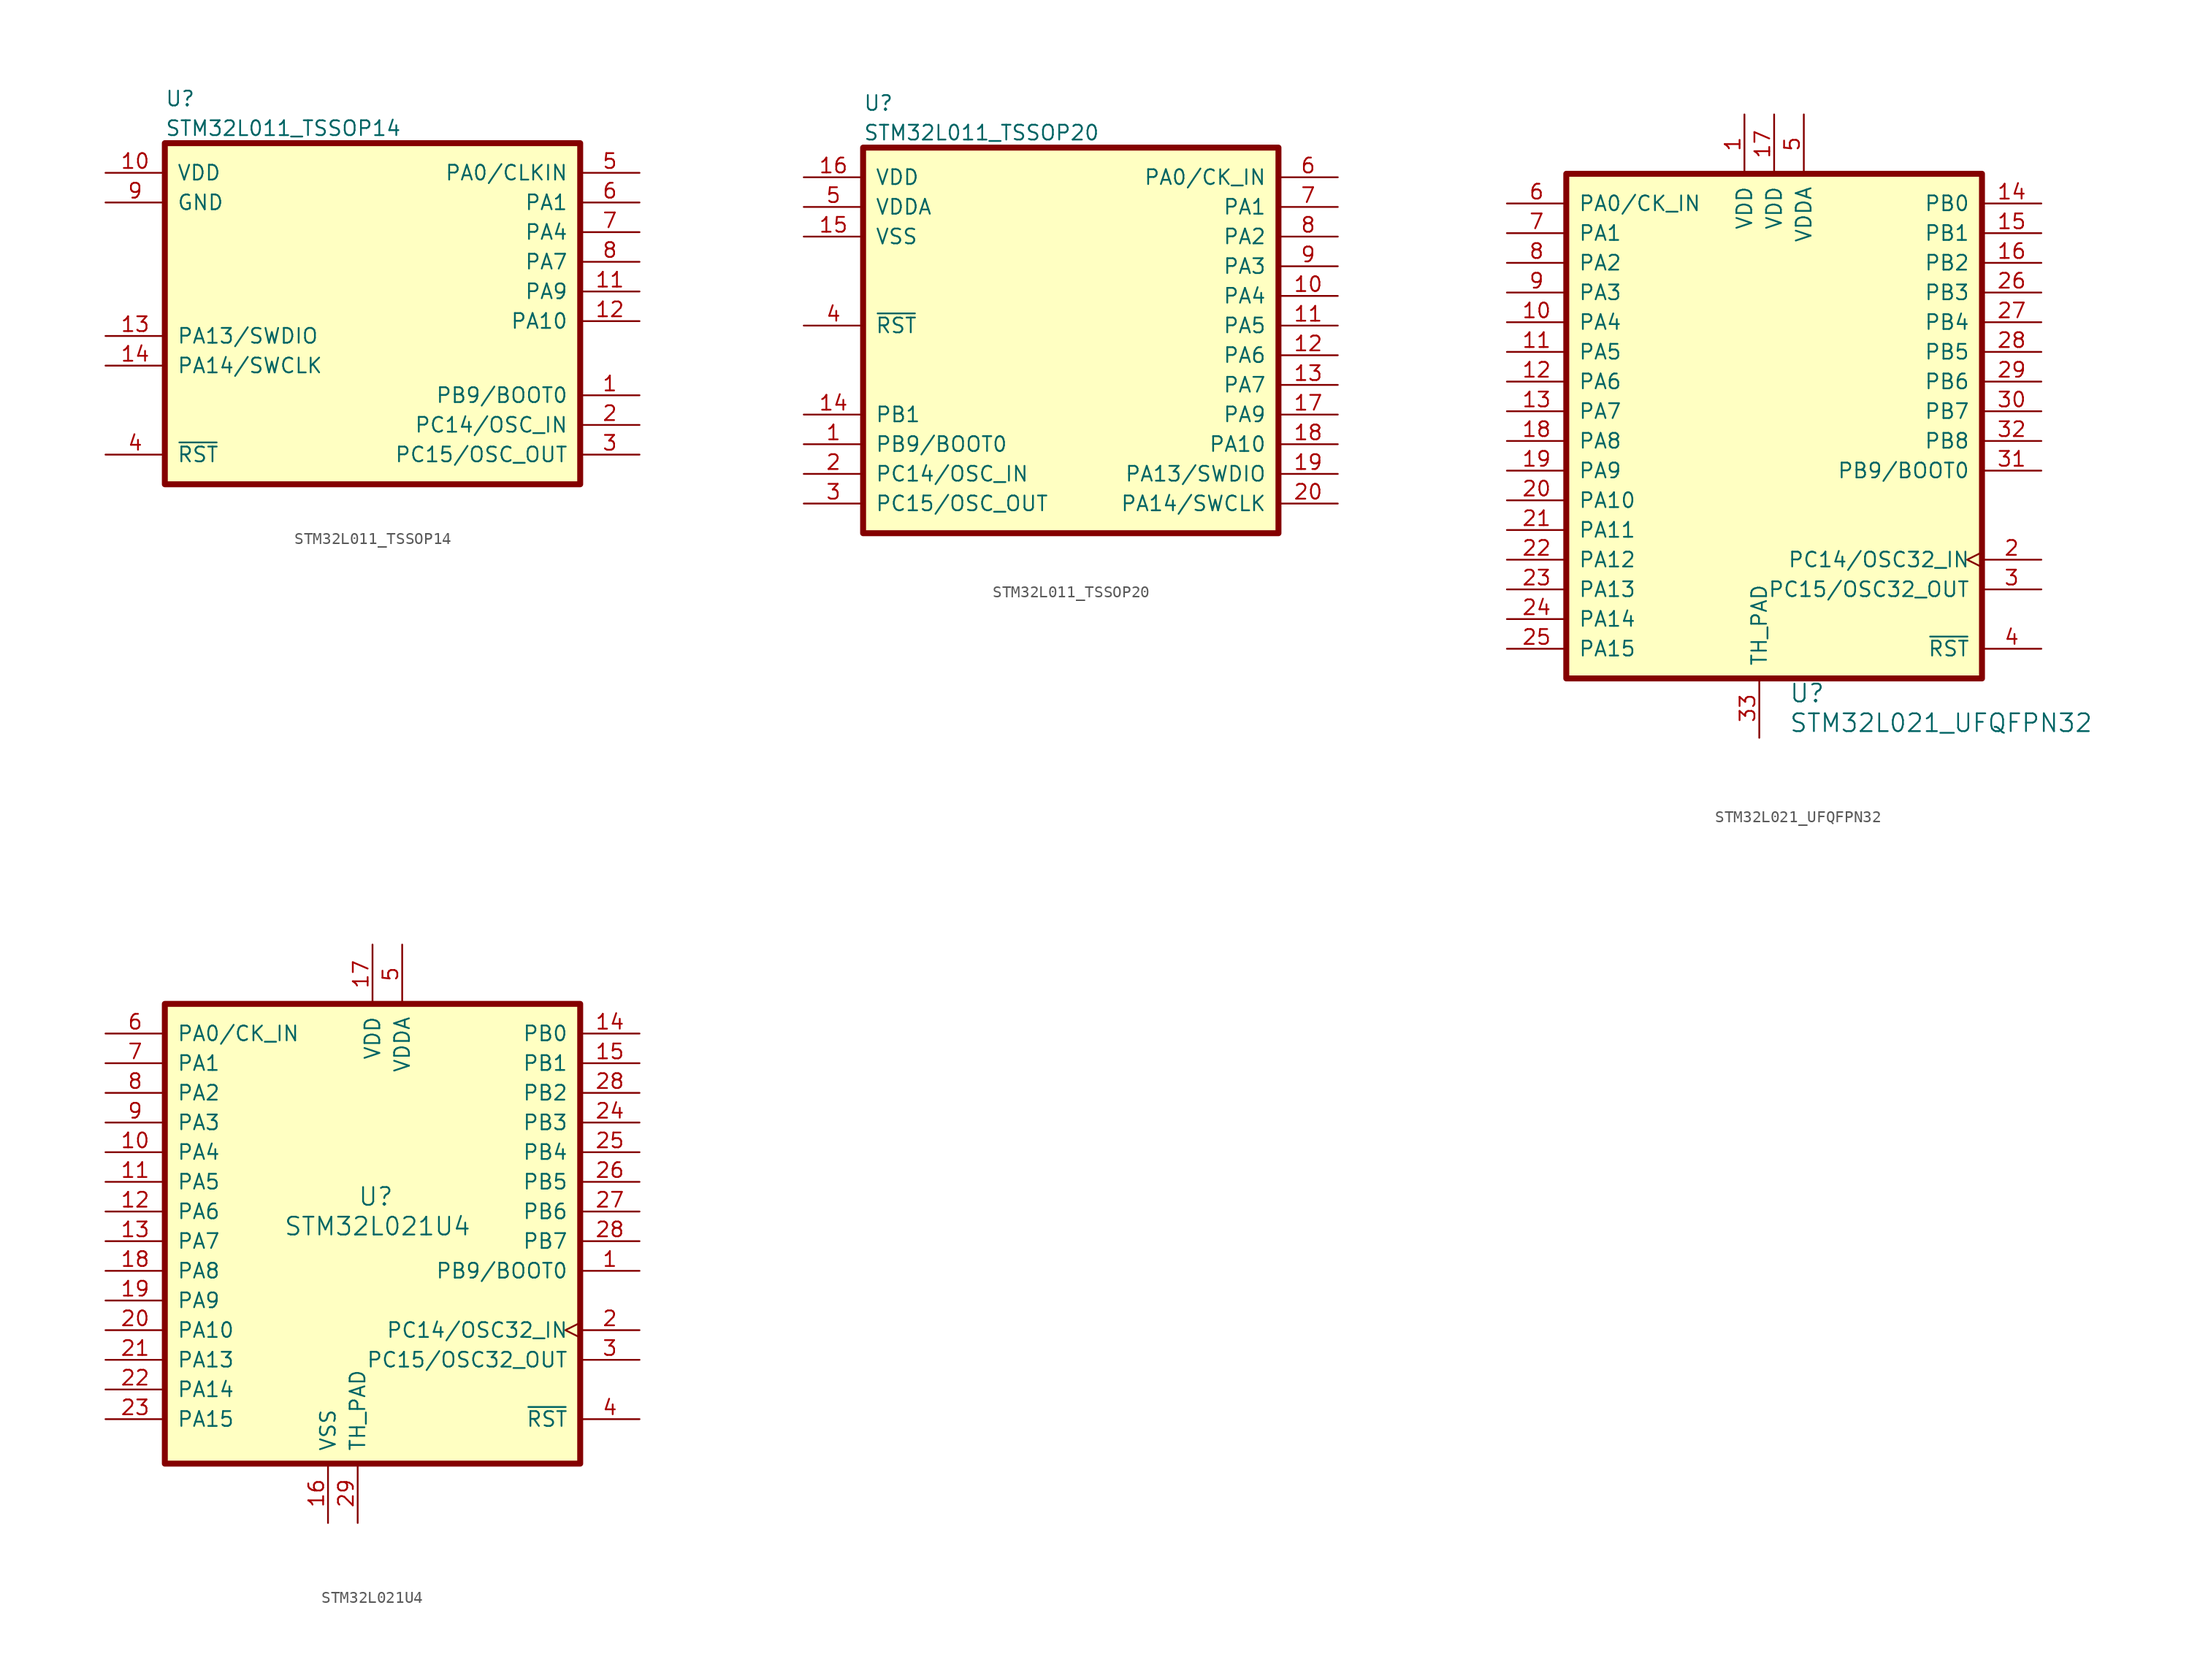
<source format=kicad_sym>
(kicad_symbol_lib
  (version 20220126)
  (generator kicad_symbol_editor)
  (symbol "STM32L011_TSSOP14"
    (pin_names
      (offset 1.016))
    (property "Reference" "U"
      (at -19.05 17.78 0)
      (effects (font (size 1.27 1.27)) (justify left)))
    (property "Value" "STM32L011_TSSOP14"
      (at -19.05 15.24 0)
      (effects (font (size 1.27 1.27)) (justify left)))
    (symbol "STM32L011_TSSOP14_0_1"
      (rectangle (start -19.05 13.97) (end 16.51 -15.24) (stroke (width 0.508) (type default)) (fill (type background)))
      (pin bidirectional line (at 21.59 -7.62 180) (length 5.08) (name "PB9/BOOT0" (effects (font (size 1.27 1.27)))) (number "1" (effects (font (size 1.27 1.27)))))
      (pin power_in line (at -24.13 11.43 0) (length 5.08) (name "VDD" (effects (font (size 1.27 1.27)))) (number "10" (effects (font (size 1.27 1.27)))))
      (pin bidirectional line (at 21.59 1.27 180) (length 5.08) (name "PA9" (effects (font (size 1.27 1.27)))) (number "11" (effects (font (size 1.27 1.27)))))
      (pin bidirectional line (at 21.59 -1.27 180) (length 5.08) (name "PA10" (effects (font (size 1.27 1.27)))) (number "12" (effects (font (size 1.27 1.27)))))
      (pin bidirectional line (at -24.13 -2.54 0) (length 5.08) (name "PA13/SWDIO" (effects (font (size 1.27 1.27)))) (number "13" (effects (font (size 1.27 1.27)))))
      (pin bidirectional line (at -24.13 -5.08 0) (length 5.08) (name "PA14/SWCLK" (effects (font (size 1.27 1.27)))) (number "14" (effects (font (size 1.27 1.27)))))
      (pin bidirectional line (at 21.59 -10.16 180) (length 5.08) (name "PC14/OSC_IN" (effects (font (size 1.27 1.27)))) (number "2" (effects (font (size 1.27 1.27)))))
      (pin bidirectional line (at 21.59 -12.7 180) (length 5.08) (name "PC15/OSC_OUT" (effects (font (size 1.27 1.27)))) (number "3" (effects (font (size 1.27 1.27)))))
      (pin input line (at -24.13 -12.7 0) (length 5.08) (name "~{RST}" (effects (font (size 1.27 1.27)))) (number "4" (effects (font (size 1.27 1.27)))))
      (pin bidirectional line (at 21.59 11.43 180) (length 5.08) (name "PA0/CLKIN" (effects (font (size 1.27 1.27)))) (number "5" (effects (font (size 1.27 1.27)))))
      (pin bidirectional line (at 21.59 8.89 180) (length 5.08) (name "PA1" (effects (font (size 1.27 1.27)))) (number "6" (effects (font (size 1.27 1.27)))))
      (pin bidirectional line (at 21.59 6.35 180) (length 5.08) (name "PA4" (effects (font (size 1.27 1.27)))) (number "7" (effects (font (size 1.27 1.27)))))
      (pin bidirectional line (at 21.59 3.81 180) (length 5.08) (name "PA7" (effects (font (size 1.27 1.27)))) (number "8" (effects (font (size 1.27 1.27)))))
      (pin power_in line (at -24.13 8.89 0) (length 5.08) (name "GND" (effects (font (size 1.27 1.27)))) (number "9" (effects (font (size 1.27 1.27)))))))
  (symbol "STM32L011_TSSOP20"
    (pin_names
      (offset 1.016))
    (property "Reference" "U"
      (at -19.05 17.78 0)
      (effects (font (size 1.27 1.27)) (justify left)))
    (property "Value" "STM32L011_TSSOP20"
      (at -19.05 15.24 0)
      (effects (font (size 1.27 1.27)) (justify left)))
    (symbol "STM32L011_TSSOP20_0_1"
      (rectangle (start -19.05 13.97) (end 16.51 -19.05) (stroke (width 0.508) (type default)) (fill (type background)))
      (pin bidirectional line (at -24.13 -11.43 0) (length 5.08) (name "PB9/BOOT0" (effects (font (size 1.27 1.27)))) (number "1" (effects (font (size 1.27 1.27)))))
      (pin bidirectional line (at 21.59 1.27 180) (length 5.08) (name "PA4" (effects (font (size 1.27 1.27)))) (number "10" (effects (font (size 1.27 1.27)))))
      (pin bidirectional line (at 21.59 -1.27 180) (length 5.08) (name "PA5" (effects (font (size 1.27 1.27)))) (number "11" (effects (font (size 1.27 1.27)))))
      (pin bidirectional line (at 21.59 -3.81 180) (length 5.08) (name "PA6" (effects (font (size 1.27 1.27)))) (number "12" (effects (font (size 1.27 1.27)))))
      (pin bidirectional line (at 21.59 -6.35 180) (length 5.08) (name "PA7" (effects (font (size 1.27 1.27)))) (number "13" (effects (font (size 1.27 1.27)))))
      (pin bidirectional line (at -24.13 -8.89 0) (length 5.08) (name "PB1" (effects (font (size 1.27 1.27)))) (number "14" (effects (font (size 1.27 1.27)))))
      (pin power_in line (at -24.13 6.35 0) (length 5.08) (name "VSS" (effects (font (size 1.27 1.27)))) (number "15" (effects (font (size 1.27 1.27)))))
      (pin power_in line (at -24.13 11.43 0) (length 5.08) (name "VDD" (effects (font (size 1.27 1.27)))) (number "16" (effects (font (size 1.27 1.27)))))
      (pin bidirectional line (at 21.59 -8.89 180) (length 5.08) (name "PA9" (effects (font (size 1.27 1.27)))) (number "17" (effects (font (size 1.27 1.27)))))
      (pin bidirectional line (at 21.59 -11.43 180) (length 5.08) (name "PA10" (effects (font (size 1.27 1.27)))) (number "18" (effects (font (size 1.27 1.27)))))
      (pin bidirectional line (at 21.59 -13.97 180) (length 5.08) (name "PA13/SWDIO" (effects (font (size 1.27 1.27)))) (number "19" (effects (font (size 1.27 1.27)))))
      (pin bidirectional line (at -24.13 -13.97 0) (length 5.08) (name "PC14/OSC_IN" (effects (font (size 1.27 1.27)))) (number "2" (effects (font (size 1.27 1.27)))))
      (pin bidirectional line (at 21.59 -16.51 180) (length 5.08) (name "PA14/SWCLK" (effects (font (size 1.27 1.27)))) (number "20" (effects (font (size 1.27 1.27)))))
      (pin bidirectional line (at -24.13 -16.51 0) (length 5.08) (name "PC15/OSC_OUT" (effects (font (size 1.27 1.27)))) (number "3" (effects (font (size 1.27 1.27)))))
      (pin input line (at -24.13 -1.27 0) (length 5.08) (name "~{RST}" (effects (font (size 1.27 1.27)))) (number "4" (effects (font (size 1.27 1.27)))))
      (pin power_in line (at -24.13 8.89 0) (length 5.08) (name "VDDA" (effects (font (size 1.27 1.27)))) (number "5" (effects (font (size 1.27 1.27)))))
      (pin bidirectional line (at 21.59 11.43 180) (length 5.08) (name "PA0/CK_IN" (effects (font (size 1.27 1.27)))) (number "6" (effects (font (size 1.27 1.27)))))
      (pin bidirectional line (at 21.59 8.89 180) (length 5.08) (name "PA1" (effects (font (size 1.27 1.27)))) (number "7" (effects (font (size 1.27 1.27)))))
      (pin bidirectional line (at 21.59 6.35 180) (length 5.08) (name "PA2" (effects (font (size 1.27 1.27)))) (number "8" (effects (font (size 1.27 1.27)))))
      (pin bidirectional line (at 21.59 3.81 180) (length 5.08) (name "PA3" (effects (font (size 1.27 1.27)))) (number "9" (effects (font (size 1.27 1.27)))))))
  (symbol "STM32L021_UFQFPN32"
    (pin_names
      (offset 1.016))
    (property "Reference" "U"
      (at 1.27 -27.94 0)
      (effects (font (size 1.524 1.524)) (justify left)))
    (property "Value" "STM32L021_UFQFPN32"
      (at 1.27 -30.48 0)
      (effects (font (size 1.524 1.524)) (justify left)))
    (symbol "STM32L021_UFQFPN32_0_0"
      (rectangle (start -17.78 16.51) (end 17.78 -26.67) (stroke (width 0.508) (type default)) (fill (type background))))
    (symbol "STM32L021_UFQFPN32_1_1"
      (pin power_in line (at -2.54 21.59 270) (length 5.08) (name "VDD" (effects (font (size 1.27 1.27)))) (number "1" (effects (font (size 1.27 1.27)))))
      (pin bidirectional line (at -22.86 3.81 0) (length 5.08) (name "PA4" (effects (font (size 1.27 1.27)))) (number "10" (effects (font (size 1.27 1.27)))))
      (pin bidirectional line (at -22.86 1.27 0) (length 5.08) (name "PA5" (effects (font (size 1.27 1.27)))) (number "11" (effects (font (size 1.27 1.27)))))
      (pin bidirectional line (at -22.86 -1.27 0) (length 5.08) (name "PA6" (effects (font (size 1.27 1.27)))) (number "12" (effects (font (size 1.27 1.27)))))
      (pin bidirectional line (at -22.86 -3.81 0) (length 5.08) (name "PA7" (effects (font (size 1.27 1.27)))) (number "13" (effects (font (size 1.27 1.27)))))
      (pin bidirectional line (at 22.86 13.97 180) (length 5.08) (name "PB0" (effects (font (size 1.27 1.27)))) (number "14" (effects (font (size 1.27 1.27)))))
      (pin bidirectional line (at 22.86 11.43 180) (length 5.08) (name "PB1" (effects (font (size 1.27 1.27)))) (number "15" (effects (font (size 1.27 1.27)))))
      (pin bidirectional line (at 22.86 8.89 180) (length 5.08) (name "PB2" (effects (font (size 1.27 1.27)))) (number "16" (effects (font (size 1.27 1.27)))))
      (pin power_in line (at 0 21.59 270) (length 5.08) (name "VDD" (effects (font (size 1.27 1.27)))) (number "17" (effects (font (size 1.27 1.27)))))
      (pin bidirectional line (at -22.86 -6.35 0) (length 5.08) (name "PA8" (effects (font (size 1.27 1.27)))) (number "18" (effects (font (size 1.27 1.27)))))
      (pin bidirectional line (at -22.86 -8.89 0) (length 5.08) (name "PA9" (effects (font (size 1.27 1.27)))) (number "19" (effects (font (size 1.27 1.27)))))
      (pin bidirectional clock (at 22.86 -16.51 180) (length 5.08) (name "PC14/OSC32_IN" (effects (font (size 1.27 1.27)))) (number "2" (effects (font (size 1.27 1.27)))))
      (pin bidirectional line (at -22.86 -11.43 0) (length 5.08) (name "PA10" (effects (font (size 1.27 1.27)))) (number "20" (effects (font (size 1.27 1.27)))))
      (pin bidirectional line (at -22.86 -13.97 0) (length 5.08) (name "PA11" (effects (font (size 1.27 1.27)))) (number "21" (effects (font (size 1.27 1.27)))))
      (pin bidirectional line (at -22.86 -16.51 0) (length 5.08) (name "PA12" (effects (font (size 1.27 1.27)))) (number "22" (effects (font (size 1.27 1.27)))))
      (pin bidirectional line (at -22.86 -19.05 0) (length 5.08) (name "PA13" (effects (font (size 1.27 1.27)))) (number "23" (effects (font (size 1.27 1.27)))))
      (pin bidirectional line (at -22.86 -21.59 0) (length 5.08) (name "PA14" (effects (font (size 1.27 1.27)))) (number "24" (effects (font (size 1.27 1.27)))))
      (pin bidirectional line (at -22.86 -24.13 0) (length 5.08) (name "PA15" (effects (font (size 1.27 1.27)))) (number "25" (effects (font (size 1.27 1.27)))))
      (pin bidirectional line (at 22.86 6.35 180) (length 5.08) (name "PB3" (effects (font (size 1.27 1.27)))) (number "26" (effects (font (size 1.27 1.27)))))
      (pin bidirectional line (at 22.86 3.81 180) (length 5.08) (name "PB4" (effects (font (size 1.27 1.27)))) (number "27" (effects (font (size 1.27 1.27)))))
      (pin bidirectional line (at 22.86 1.27 180) (length 5.08) (name "PB5" (effects (font (size 1.27 1.27)))) (number "28" (effects (font (size 1.27 1.27)))))
      (pin bidirectional line (at 22.86 -1.27 180) (length 5.08) (name "PB6" (effects (font (size 1.27 1.27)))) (number "29" (effects (font (size 1.27 1.27)))))
      (pin bidirectional line (at 22.86 -19.05 180) (length 5.08) (name "PC15/OSC32_OUT" (effects (font (size 1.27 1.27)))) (number "3" (effects (font (size 1.27 1.27)))))
      (pin bidirectional line (at 22.86 -3.81 180) (length 5.08) (name "PB7" (effects (font (size 1.27 1.27)))) (number "30" (effects (font (size 1.27 1.27)))))
      (pin input line (at 22.86 -8.89 180) (length 5.08) (name "PB9/BOOT0" (effects (font (size 1.27 1.27)))) (number "31" (effects (font (size 1.27 1.27)))))
      (pin bidirectional line (at 22.86 -6.35 180) (length 5.08) (name "PB8" (effects (font (size 1.27 1.27)))) (number "32" (effects (font (size 1.27 1.27)))))
      (pin power_in line (at -1.27 -31.75 90) (length 5.08) (name "TH_PAD" (effects (font (size 1.27 1.27)))) (number "33" (effects (font (size 1.27 1.27)))))
      (pin input line (at 22.86 -24.13 180) (length 5.08) (name "~{RST}" (effects (font (size 1.27 1.27)))) (number "4" (effects (font (size 1.27 1.27)))))
      (pin power_in line (at 2.54 21.59 270) (length 5.08) (name "VDDA" (effects (font (size 1.27 1.27)))) (number "5" (effects (font (size 1.27 1.27)))))
      (pin bidirectional line (at -22.86 13.97 0) (length 5.08) (name "PA0/CK_IN" (effects (font (size 1.27 1.27)))) (number "6" (effects (font (size 1.27 1.27)))))
      (pin bidirectional line (at -22.86 11.43 0) (length 5.08) (name "PA1" (effects (font (size 1.27 1.27)))) (number "7" (effects (font (size 1.27 1.27)))))
      (pin bidirectional line (at -22.86 8.89 0) (length 5.08) (name "PA2" (effects (font (size 1.27 1.27)))) (number "8" (effects (font (size 1.27 1.27)))))
      (pin bidirectional line (at -22.86 6.35 0) (length 5.08) (name "PA3" (effects (font (size 1.27 1.27)))) (number "9" (effects (font (size 1.27 1.27)))))))
  (symbol "STM32L021U4"
    (pin_names
      (offset 1.016))
    (property "Reference" "U"
      (at -1.27 0 0)
      (effects (font (size 1.524 1.524)) (justify left)))
    (property "Value" "STM32L021U4"
      (at -7.62 -2.54 0)
      (effects (font (size 1.524 1.524)) (justify left)))
    (symbol "STM32L021U4_0_0"
      (rectangle (start -17.78 16.51) (end 17.78 -22.86) (stroke (width 0.508) (type default)) (fill (type background))))
    (symbol "STM32L021U4_1_1"
      (pin bidirectional line (at 22.86 -6.35 180) (length 5.08) (name "PB9/BOOT0" (effects (font (size 1.27 1.27)))) (number "1" (effects (font (size 1.27 1.27)))))
      (pin bidirectional line (at -22.86 3.81 0) (length 5.08) (name "PA4" (effects (font (size 1.27 1.27)))) (number "10" (effects (font (size 1.27 1.27)))))
      (pin bidirectional line (at -22.86 1.27 0) (length 5.08) (name "PA5" (effects (font (size 1.27 1.27)))) (number "11" (effects (font (size 1.27 1.27)))))
      (pin bidirectional line (at -22.86 -1.27 0) (length 5.08) (name "PA6" (effects (font (size 1.27 1.27)))) (number "12" (effects (font (size 1.27 1.27)))))
      (pin bidirectional line (at -22.86 -3.81 0) (length 5.08) (name "PA7" (effects (font (size 1.27 1.27)))) (number "13" (effects (font (size 1.27 1.27)))))
      (pin bidirectional line (at 22.86 13.97 180) (length 5.08) (name "PB0" (effects (font (size 1.27 1.27)))) (number "14" (effects (font (size 1.27 1.27)))))
      (pin bidirectional line (at 22.86 11.43 180) (length 5.08) (name "PB1" (effects (font (size 1.27 1.27)))) (number "15" (effects (font (size 1.27 1.27)))))
      (pin power_in line (at -3.81 -27.94 90) (length 5.08) (name "VSS" (effects (font (size 1.27 1.27)))) (number "16" (effects (font (size 1.27 1.27)))))
      (pin power_in line (at 0 21.59 270) (length 5.08) (name "VDD" (effects (font (size 1.27 1.27)))) (number "17" (effects (font (size 1.27 1.27)))))
      (pin bidirectional line (at -22.86 -6.35 0) (length 5.08) (name "PA8" (effects (font (size 1.27 1.27)))) (number "18" (effects (font (size 1.27 1.27)))))
      (pin bidirectional line (at -22.86 -8.89 0) (length 5.08) (name "PA9" (effects (font (size 1.27 1.27)))) (number "19" (effects (font (size 1.27 1.27)))))
      (pin bidirectional clock (at 22.86 -11.43 180) (length 5.08) (name "PC14/OSC32_IN" (effects (font (size 1.27 1.27)))) (number "2" (effects (font (size 1.27 1.27)))))
      (pin bidirectional line (at -22.86 -11.43 0) (length 5.08) (name "PA10" (effects (font (size 1.27 1.27)))) (number "20" (effects (font (size 1.27 1.27)))))
      (pin bidirectional line (at -22.86 -13.97 0) (length 5.08) (name "PA13" (effects (font (size 1.27 1.27)))) (number "21" (effects (font (size 1.27 1.27)))))
      (pin bidirectional line (at -22.86 -16.51 0) (length 5.08) (name "PA14" (effects (font (size 1.27 1.27)))) (number "22" (effects (font (size 1.27 1.27)))))
      (pin bidirectional line (at -22.86 -19.05 0) (length 5.08) (name "PA15" (effects (font (size 1.27 1.27)))) (number "23" (effects (font (size 1.27 1.27)))))
      (pin bidirectional line (at 22.86 6.35 180) (length 5.08) (name "PB3" (effects (font (size 1.27 1.27)))) (number "24" (effects (font (size 1.27 1.27)))))
      (pin bidirectional line (at 22.86 3.81 180) (length 5.08) (name "PB4" (effects (font (size 1.27 1.27)))) (number "25" (effects (font (size 1.27 1.27)))))
      (pin bidirectional line (at 22.86 1.27 180) (length 5.08) (name "PB5" (effects (font (size 1.27 1.27)))) (number "26" (effects (font (size 1.27 1.27)))))
      (pin bidirectional line (at 22.86 -1.27 180) (length 5.08) (name "PB6" (effects (font (size 1.27 1.27)))) (number "27" (effects (font (size 1.27 1.27)))))
      (pin bidirectional line (at 22.86 8.89 180) (length 5.08) (name "PB2" (effects (font (size 1.27 1.27)))) (number "28" (effects (font (size 1.27 1.27)))))
      (pin bidirectional line (at 22.86 -3.81 180) (length 5.08) (name "PB7" (effects (font (size 1.27 1.27)))) (number "28" (effects (font (size 1.27 1.27)))))
      (pin power_in line (at -1.27 -27.94 90) (length 5.08) (name "TH_PAD" (effects (font (size 1.27 1.27)))) (number "29" (effects (font (size 1.27 1.27)))))
      (pin bidirectional line (at 22.86 -13.97 180) (length 5.08) (name "PC15/OSC32_OUT" (effects (font (size 1.27 1.27)))) (number "3" (effects (font (size 1.27 1.27)))))
      (pin input line (at 22.86 -19.05 180) (length 5.08) (name "~{RST}" (effects (font (size 1.27 1.27)))) (number "4" (effects (font (size 1.27 1.27)))))
      (pin power_in line (at 2.54 21.59 270) (length 5.08) (name "VDDA" (effects (font (size 1.27 1.27)))) (number "5" (effects (font (size 1.27 1.27)))))
      (pin bidirectional line (at -22.86 13.97 0) (length 5.08) (name "PA0/CK_IN" (effects (font (size 1.27 1.27)))) (number "6" (effects (font (size 1.27 1.27)))))
      (pin bidirectional line (at -22.86 11.43 0) (length 5.08) (name "PA1" (effects (font (size 1.27 1.27)))) (number "7" (effects (font (size 1.27 1.27)))))
      (pin bidirectional line (at -22.86 8.89 0) (length 5.08) (name "PA2" (effects (font (size 1.27 1.27)))) (number "8" (effects (font (size 1.27 1.27)))))
      (pin bidirectional line (at -22.86 6.35 0) (length 5.08) (name "PA3" (effects (font (size 1.27 1.27)))) (number "9" (effects (font (size 1.27 1.27))))))))
</source>
